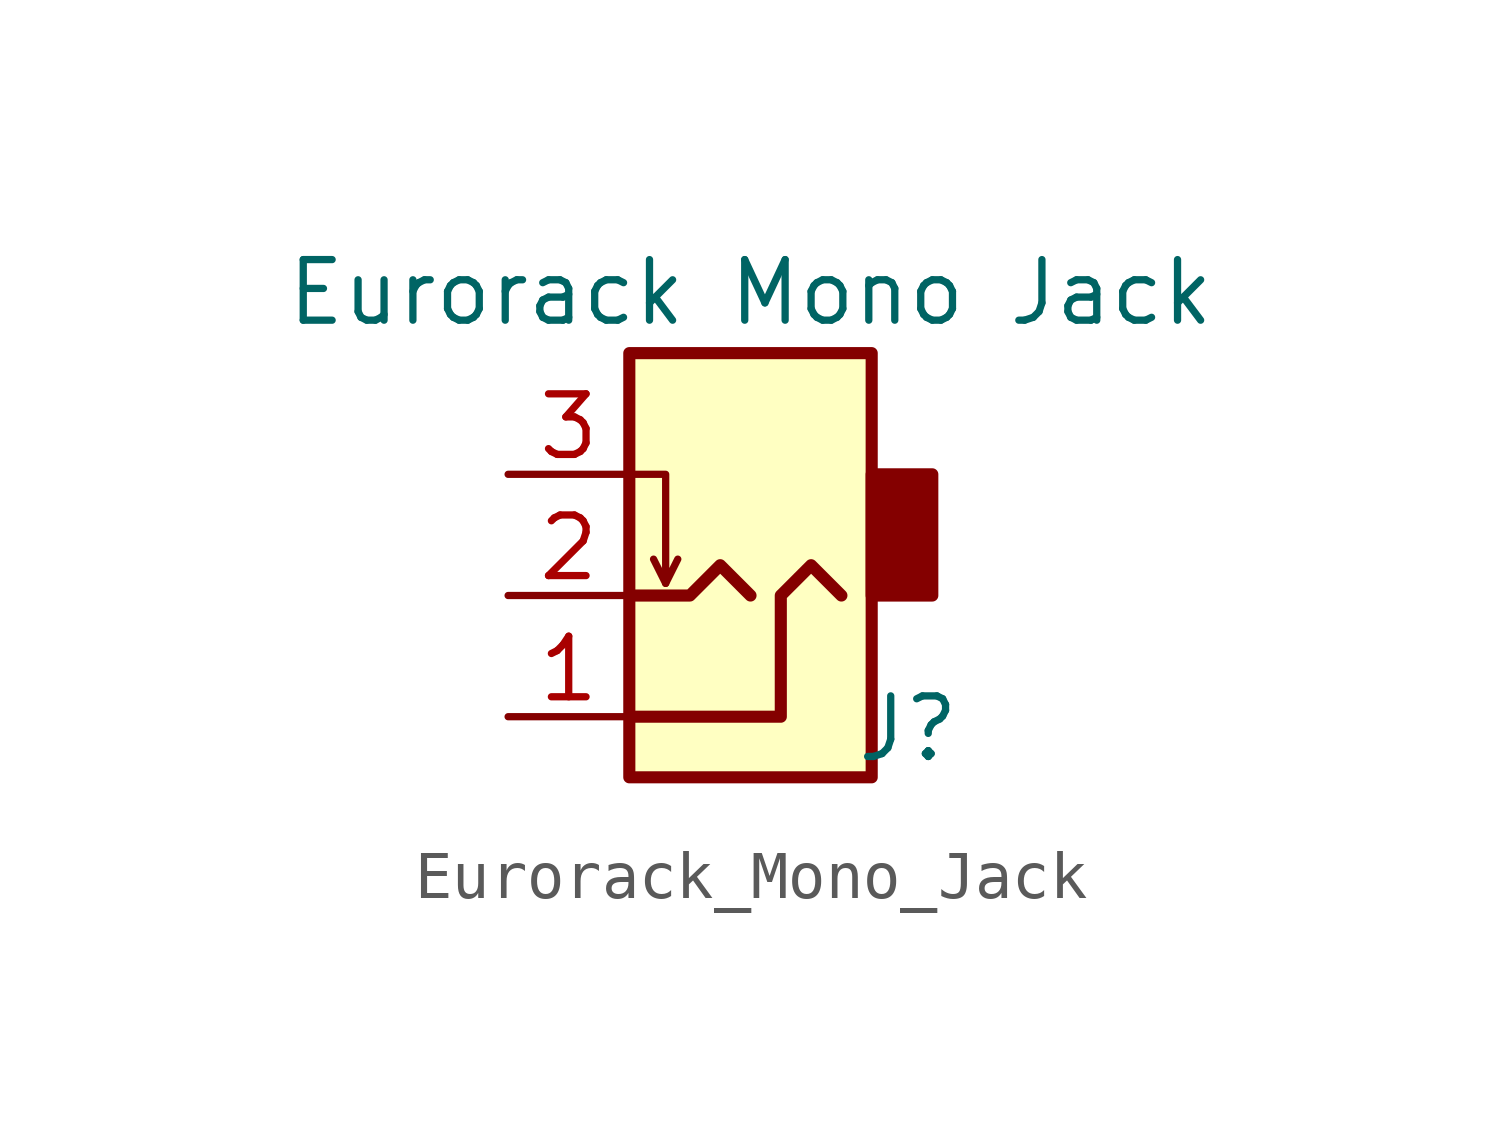
<source format=kicad_sym>
(kicad_symbol_lib
  (version 20220914)
  (generator kicad_symbol_editor)
  (symbol "Eurorack_Mono_Jack"
    (pin_names hide)
    (property "Reference" "J"
      (at 3.302 -4.064 0)
      (effects (font (size 1.27 1.27))))
    (property "Value" "Eurorack Mono Jack"
      (at 0 5.08 0)
      (effects (font (size 1.27 1.27))))
    (symbol "Eurorack_Mono_Jack_0_1"
      (rectangle (start -2.54 3.81) (end 2.54 -5.08) (stroke (width 0.254) (type default)) (fill (type background)))
      (polyline (pts (xy -1.778 -1.016) (xy -2.032 -0.508)) (stroke (width 0) (type default)) (fill (type none)))
      (polyline (pts (xy -2.54 1.27) (xy -1.778 1.27) (xy -1.778 -1.016) (xy -1.524 -0.508)) (stroke (width 0) (type default)) (fill (type none)))
      (polyline (pts (xy 0 -1.27) (xy -0.635 -0.635) (xy -1.27 -1.27) (xy -2.54 -1.27)) (stroke (width 0.254) (type default)) (fill (type none)))
      (polyline (pts (xy -2.54 -3.81) (xy 0.635 -3.81) (xy 0.635 -1.27) (xy 1.27 -0.635) (xy 1.905 -1.27)) (stroke (width 0.254) (type default)) (fill (type none)))
      (rectangle (start 2.54 -1.27) (end 3.81 1.27) (stroke (width 0.254) (type default)) (fill (type outline))))
    (symbol "Eurorack_Mono_Jack_1_1"
      (pin passive line (at -5.08 -3.81 0) (length 2.54) (name "Sleeve" (effects (font (size 1.27 1.27)))) (number "1" (effects (font (size 1.27 1.27)))))
      (pin passive line (at -5.08 -1.27 0) (length 2.54) (name "Tip" (effects (font (size 1.27 1.27)))) (number "2" (effects (font (size 1.27 1.27)))))
      (pin passive line (at -5.08 1.27 0) (length 2.54) (name "Tip_normalize" (effects (font (size 1.27 1.27)))) (number "3" (effects (font (size 1.27 1.27))))))))
</source>
